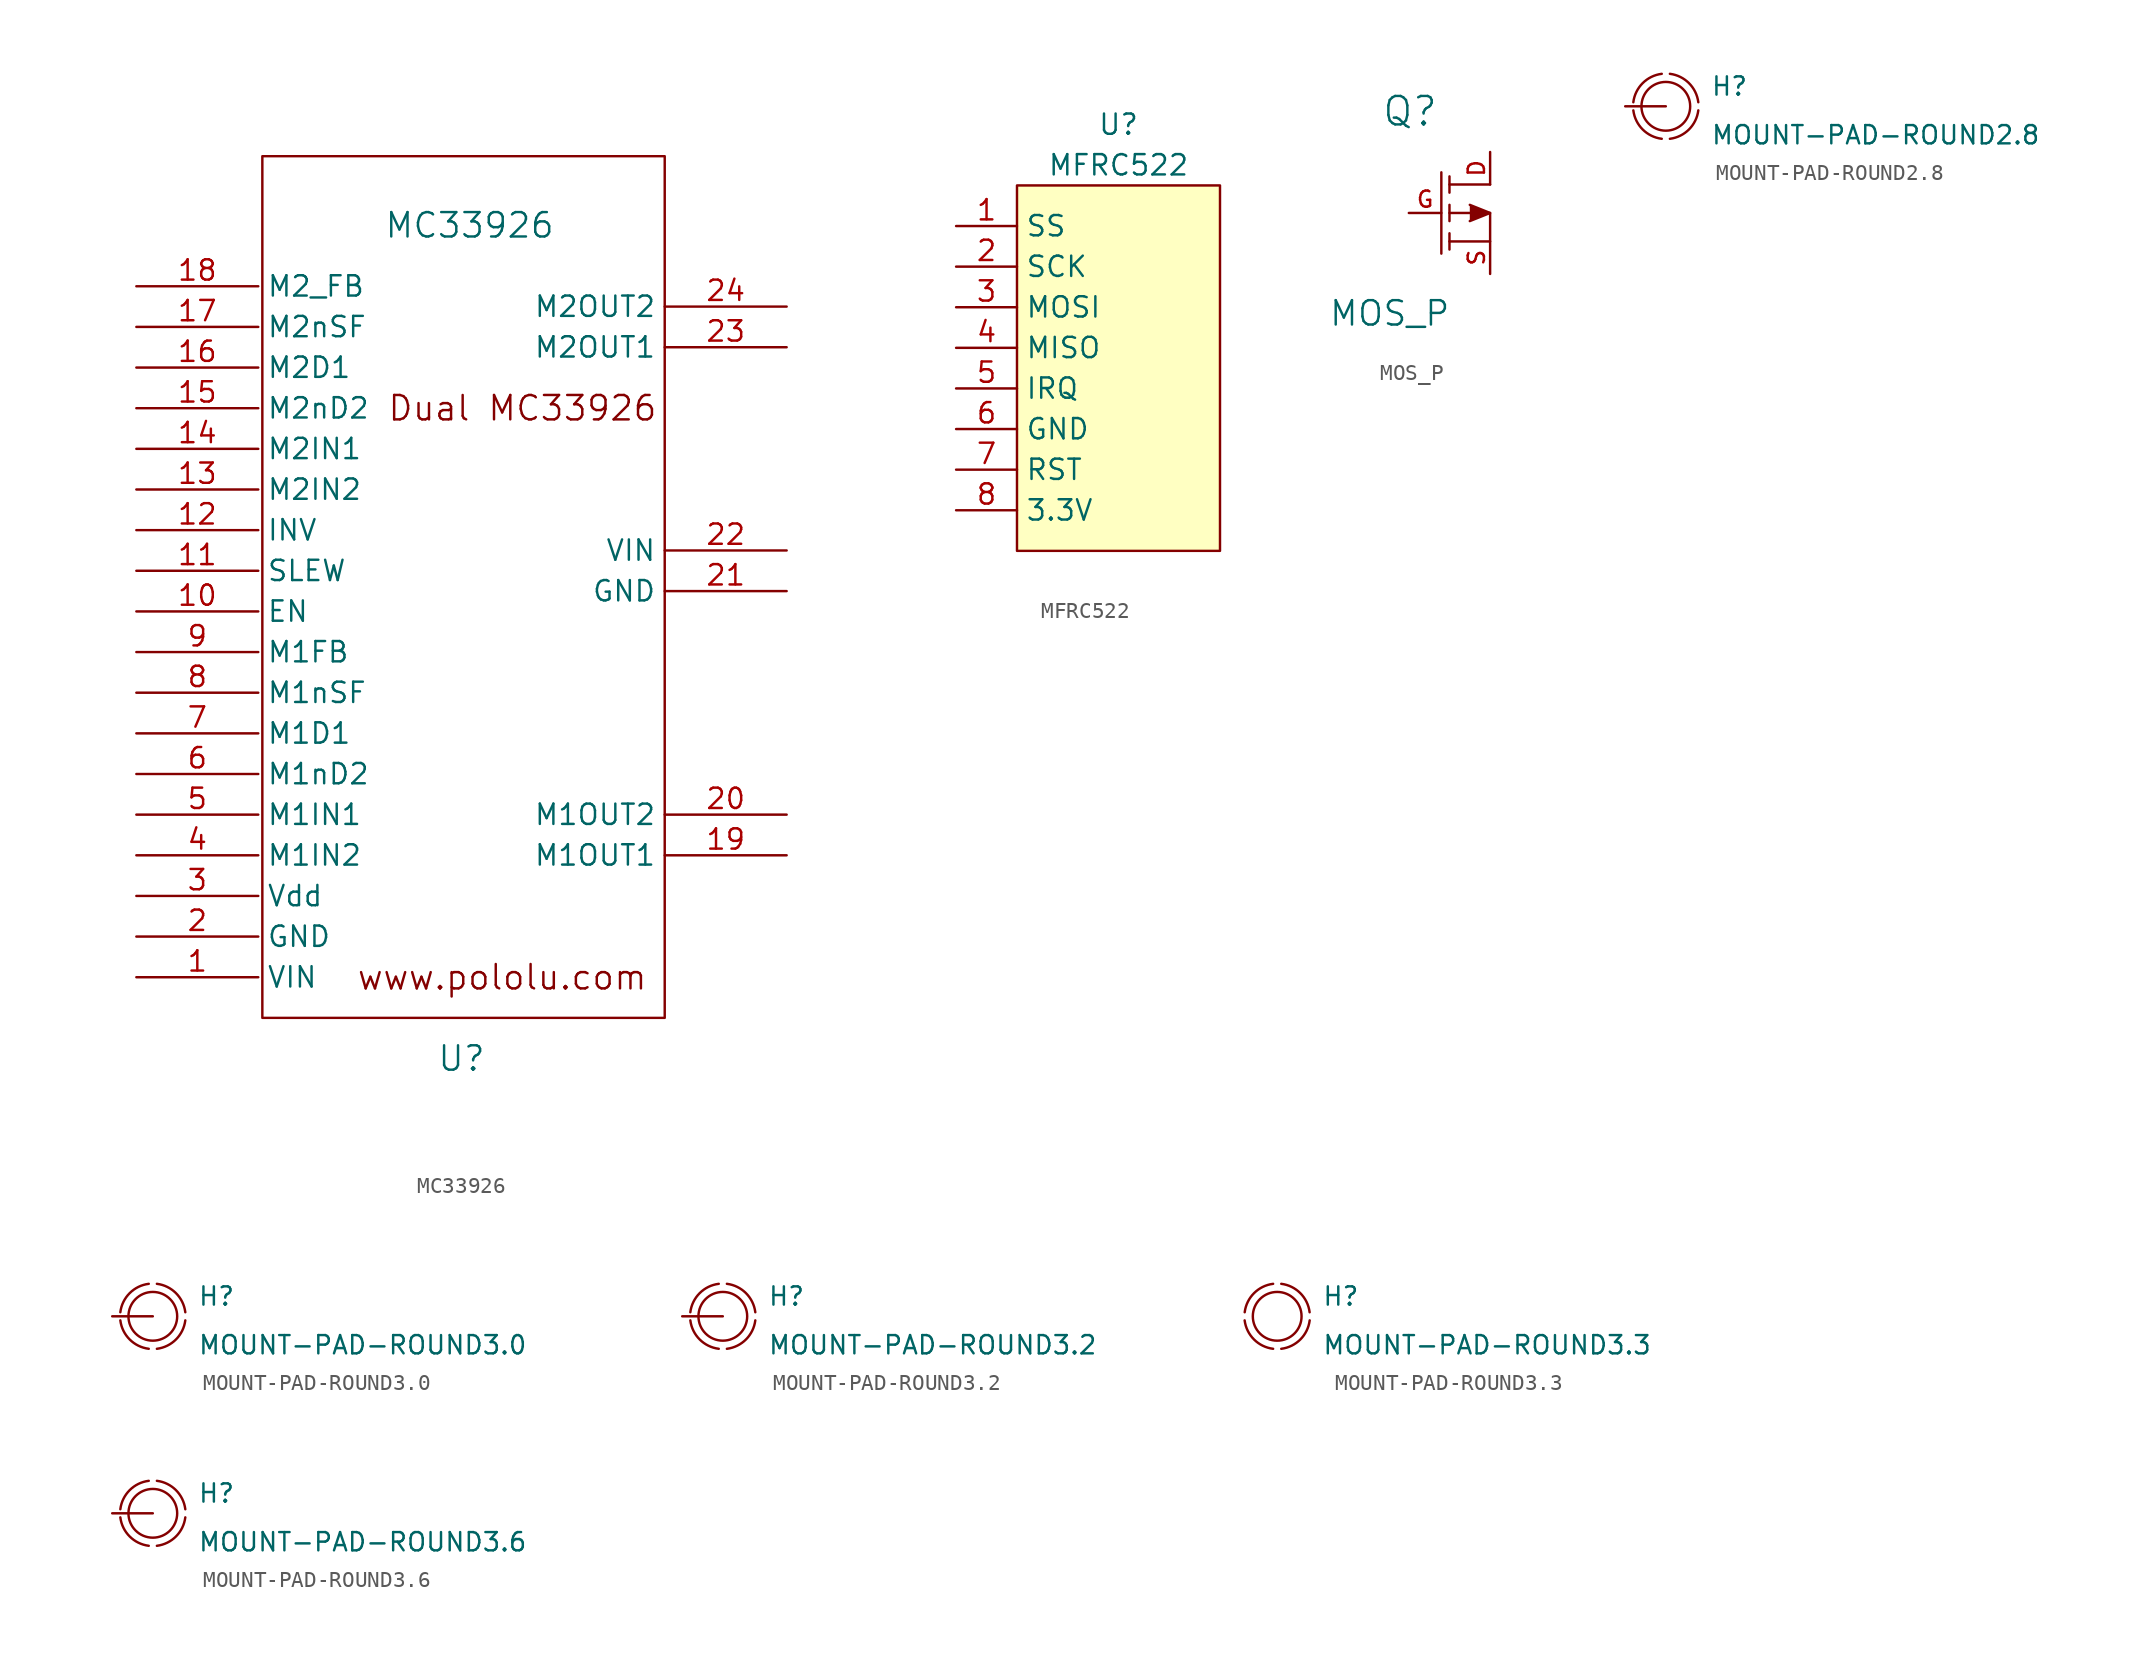
<source format=kicad_sym>
(kicad_symbol_lib
  (version 20201005)
  (generator kicad_symbol_editor)
  (symbol "Zimprich_neu:MC33926"
    (property "Reference" "U"
      (at -1.27 -24.13 0)
      (effects (font (size 1.524 1.524))))
    (property "Value" "MC33926"
      (at -0.762 27.94 0)
      (effects (font (size 1.524 1.524))))
    (property "Footprint" ""
      (at 3.81 1.27 0)
      (effects (font (size 1.524 1.524))))
    (property "Datasheet" ""
      (at 3.81 1.27 0)
      (effects (font (size 1.524 1.524))))
    (symbol "MC33926_0_0"
      (text "Dual MC33926" (at 2.54 16.51 0) (effects (font (size 1.524 1.524))))
      (text "www.pololu.com" (at 1.27 -19.05 0) (effects (font (size 1.524 1.524)))))
    (symbol "MC33926_0_1"
      (rectangle (start -13.716 32.258) (end 11.43 -21.59) (stroke (width 0)) (fill (type none))))
    (symbol "MC33926_1_1"
      (pin input line (at -21.59 -19.05 0) (length 7.62) (name "VIN" (effects (font (size 1.27 1.27)))) (number "1" (effects (font (size 1.27 1.27)))))
      (pin input line (at -21.59 3.81 0) (length 7.62) (name "EN" (effects (font (size 1.27 1.27)))) (number "10" (effects (font (size 1.27 1.27)))))
      (pin input line (at -21.59 6.35 0) (length 7.62) (name "SLEW" (effects (font (size 1.27 1.27)))) (number "11" (effects (font (size 1.27 1.27)))))
      (pin input line (at -21.59 8.89 0) (length 7.62) (name "INV" (effects (font (size 1.27 1.27)))) (number "12" (effects (font (size 1.27 1.27)))))
      (pin input line (at -21.59 11.43 0) (length 7.62) (name "M2IN2" (effects (font (size 1.27 1.27)))) (number "13" (effects (font (size 1.27 1.27)))))
      (pin input line (at -21.59 13.97 0) (length 7.62) (name "M2IN1" (effects (font (size 1.27 1.27)))) (number "14" (effects (font (size 1.27 1.27)))))
      (pin input line (at -21.59 16.51 0) (length 7.62) (name "M2nD2" (effects (font (size 1.27 1.27)))) (number "15" (effects (font (size 1.27 1.27)))))
      (pin input line (at -21.59 19.05 0) (length 7.62) (name "M2D1" (effects (font (size 1.27 1.27)))) (number "16" (effects (font (size 1.27 1.27)))))
      (pin input line (at -21.59 21.59 0) (length 7.62) (name "M2nSF" (effects (font (size 1.27 1.27)))) (number "17" (effects (font (size 1.27 1.27)))))
      (pin input line (at -21.59 24.13 0) (length 7.62) (name "M2_FB" (effects (font (size 1.27 1.27)))) (number "18" (effects (font (size 1.27 1.27)))))
      (pin input line (at 19.05 -11.43 180) (length 7.62) (name "M1OUT1" (effects (font (size 1.27 1.27)))) (number "19" (effects (font (size 1.27 1.27)))))
      (pin input line (at -21.59 -16.51 0) (length 7.62) (name "GND" (effects (font (size 1.27 1.27)))) (number "2" (effects (font (size 1.27 1.27)))))
      (pin input line (at 19.05 -8.89 180) (length 7.62) (name "M1OUT2" (effects (font (size 1.27 1.27)))) (number "20" (effects (font (size 1.27 1.27)))))
      (pin input line (at 19.05 5.08 180) (length 7.62) (name "GND" (effects (font (size 1.27 1.27)))) (number "21" (effects (font (size 1.27 1.27)))))
      (pin input line (at 19.05 7.62 180) (length 7.62) (name "VIN" (effects (font (size 1.27 1.27)))) (number "22" (effects (font (size 1.27 1.27)))))
      (pin input line (at 19.05 20.32 180) (length 7.62) (name "M2OUT1" (effects (font (size 1.27 1.27)))) (number "23" (effects (font (size 1.27 1.27)))))
      (pin input line (at 19.05 22.86 180) (length 7.62) (name "M2OUT2" (effects (font (size 1.27 1.27)))) (number "24" (effects (font (size 1.27 1.27)))))
      (pin input line (at -21.59 -13.97 0) (length 7.62) (name "Vdd" (effects (font (size 1.27 1.27)))) (number "3" (effects (font (size 1.27 1.27)))))
      (pin input line (at -21.59 -11.43 0) (length 7.62) (name "M1IN2" (effects (font (size 1.27 1.27)))) (number "4" (effects (font (size 1.27 1.27)))))
      (pin input line (at -21.59 -8.89 0) (length 7.62) (name "M1IN1" (effects (font (size 1.27 1.27)))) (number "5" (effects (font (size 1.27 1.27)))))
      (pin input line (at -21.59 -6.35 0) (length 7.62) (name "M1nD2" (effects (font (size 1.27 1.27)))) (number "6" (effects (font (size 1.27 1.27)))))
      (pin input line (at -21.59 -3.81 0) (length 7.62) (name "M1D1" (effects (font (size 1.27 1.27)))) (number "7" (effects (font (size 1.27 1.27)))))
      (pin input line (at -21.59 -1.27 0) (length 7.62) (name "M1nSF" (effects (font (size 1.27 1.27)))) (number "8" (effects (font (size 1.27 1.27)))))
      (pin input line (at -21.59 1.27 0) (length 7.62) (name "M1FB" (effects (font (size 1.27 1.27)))) (number "9" (effects (font (size 1.27 1.27)))))))
  (symbol "Zimprich_neu:MFRC522"
    (property "Reference" "U"
      (at 0 15.24 0)
      (effects (font (size 1.27 1.27))))
    (property "Value" "MFRC522"
      (at 0 12.7 0)
      (effects (font (size 1.27 1.27))))
    (symbol "MFRC522_0_1"
      (rectangle (start -6.35 11.43) (end 6.35 -11.43) (stroke (width 0)) (fill (type background))))
    (symbol "MFRC522_1_1"
      (pin input line (at -10.16 8.89 0) (length 3.81) (name "SS" (effects (font (size 1.27 1.27)))) (number "1" (effects (font (size 1.27 1.27)))))
      (pin input line (at -10.16 6.35 0) (length 3.81) (name "SCK" (effects (font (size 1.27 1.27)))) (number "2" (effects (font (size 1.27 1.27)))))
      (pin input line (at -10.16 3.81 0) (length 3.81) (name "MOSI" (effects (font (size 1.27 1.27)))) (number "3" (effects (font (size 1.27 1.27)))))
      (pin input line (at -10.16 1.27 0) (length 3.81) (name "MISO" (effects (font (size 1.27 1.27)))) (number "4" (effects (font (size 1.27 1.27)))))
      (pin input line (at -10.16 -1.27 0) (length 3.81) (name "IRQ" (effects (font (size 1.27 1.27)))) (number "5" (effects (font (size 1.27 1.27)))))
      (pin input line (at -10.16 -3.81 0) (length 3.81) (name "GND" (effects (font (size 1.27 1.27)))) (number "6" (effects (font (size 1.27 1.27)))))
      (pin input line (at -10.16 -6.35 0) (length 3.81) (name "RST" (effects (font (size 1.27 1.27)))) (number "7" (effects (font (size 1.27 1.27)))))
      (pin input line (at -10.16 -8.89 0) (length 3.81) (name "3.3V" (effects (font (size 1.27 1.27)))) (number "8" (effects (font (size 1.27 1.27)))))))
  (symbol "Zimprich_neu:MOS_P"
    (pin_names
      (offset 0.762) hide)
    (property "Reference" "Q"
      (at -2.464 6.35 0)
      (effects (font (size 1.778 1.778))))
    (property "Value" "MOS_P"
      (at -3.734 -6.274 0)
      (effects (font (size 1.524 1.524))))
    (property "Footprint" ""
      (at 0 0 0)
      (effects (font (size 1.524 1.524))))
    (property "Datasheet" ""
      (at 0 0 0)
      (effects (font (size 1.524 1.524))))
    (symbol "MOS_P_0_1"
      (polyline (pts (xy -0.508 2.54) (xy -0.508 -2.54) (xy -0.508 -2.54)) (stroke (width 0)) (fill (type outline)))
      (polyline (pts (xy 0 -2.286) (xy 0 -1.27) (xy 0 -1.27)) (stroke (width 0)) (fill (type outline)))
      (polyline (pts (xy 0 -0.508) (xy 0 0.508) (xy 0 0.508)) (stroke (width 0)) (fill (type outline)))
      (polyline (pts (xy 0 1.27) (xy 0 2.286) (xy 0 2.286)) (stroke (width 0)) (fill (type outline)))
      (polyline (pts (xy 0 1.778) (xy 2.54 1.778) (xy 2.54 1.778)) (stroke (width 0)) (fill (type none)))
      (polyline (pts (xy 1.27 0.508) (xy 2.54 0) (xy 1.27 -0.508) (xy 1.27 -0.508)) (stroke (width 0)) (fill (type outline)))
      (polyline (pts (xy 0 -1.778) (xy 2.54 -1.778) (xy 2.54 0) (xy 0 0) (xy 0 0)) (stroke (width 0)) (fill (type none))))
    (symbol "MOS_P_1_1"
      (pin passive line (at 2.54 3.81 270) (length 2.032) (name "D" (effects (font (size 1.016 1.016)))) (number "D" (effects (font (size 1.016 1.016)))))
      (pin input line (at -2.54 0 0) (length 2.032) (name "G" (effects (font (size 1.016 1.016)))) (number "G" (effects (font (size 1.016 1.016)))))
      (pin passive line (at 2.54 -3.81 90) (length 2.032) (name "S" (effects (font (size 1.016 1.016)))) (number "S" (effects (font (size 1.016 1.016)))))))
  (symbol "Zimprich_neu:MOUNT-PAD-ROUND2.8"
    (pin_numbers hide)
    (pin_names hide)
    (property "Reference" "H"
      (at 2.794 0.584 0)
      (effects (font (size 1.143 1.143)) (justify left bottom)))
    (property "Value" "MOUNT-PAD-ROUND2.8"
      (at 2.794 -2.464 0)
      (effects (font (size 1.143 1.143)) (justify left bottom)))
    (property "ki_locked" ""
      (at 0 0 0)
      (effects (font (size 1.27 1.27))))
    (symbol "MOUNT-PAD-ROUND2.8_1_1"
      (arc (start 2.032 0.254) (end 0.254 2.032) (radius (at 0 0) (length 2.032) (angles 7.3 82.8)) (stroke (width 0)) (fill (type none)))
      (arc (start -0.254 2.032) (end -2.032 0.254) (radius (at 0 0) (length 2.032) (angles 97.3 172.8)) (stroke (width 0)) (fill (type none)))
      (arc (start -2.032 -0.254) (end -0.254 -2.032) (radius (at 0 0) (length 2.032) (angles -172.7 -97.2)) (stroke (width 0)) (fill (type none)))
      (arc (start 0.254 -2.032) (end 2.032 -0.254) (radius (at 0 0) (length 2.032) (angles -82.7 -7.2)) (stroke (width 0)) (fill (type none)))
      (circle (center 0 0) (radius 1.524) (stroke (width 0)) (fill (type none)))
      (pin passive line (at -2.54 0 0) (length 2.54) (name "MOUNT" (effects (font (size 1.016 1.016)))) (number "B2,8" (effects (font (size 1.016 1.016)))))))
  (symbol "Zimprich_neu:MOUNT-PAD-ROUND3.0"
    (pin_numbers hide)
    (pin_names hide)
    (property "Reference" "H"
      (at 2.794 0.584 0)
      (effects (font (size 1.143 1.143)) (justify left bottom)))
    (property "Value" "MOUNT-PAD-ROUND3.0"
      (at 2.794 -2.464 0)
      (effects (font (size 1.143 1.143)) (justify left bottom)))
    (property "ki_locked" ""
      (at 0 0 0)
      (effects (font (size 1.27 1.27))))
    (symbol "MOUNT-PAD-ROUND3.0_1_1"
      (arc (start 2.032 0.254) (end 0.254 2.032) (radius (at 0 0) (length 2.032) (angles 7.3 82.8)) (stroke (width 0)) (fill (type none)))
      (arc (start -0.254 2.032) (end -2.032 0.254) (radius (at 0 0) (length 2.032) (angles 97.3 172.8)) (stroke (width 0)) (fill (type none)))
      (arc (start -2.032 -0.254) (end -0.254 -2.032) (radius (at 0 0) (length 2.032) (angles -172.7 -97.2)) (stroke (width 0)) (fill (type none)))
      (arc (start 0.254 -2.032) (end 2.032 -0.254) (radius (at 0 0) (length 2.032) (angles -82.7 -7.2)) (stroke (width 0)) (fill (type none)))
      (circle (center 0 0) (radius 1.524) (stroke (width 0)) (fill (type none)))
      (pin passive line (at -2.54 0 0) (length 2.54) (name "MOUNT" (effects (font (size 1.016 1.016)))) (number "B3,0" (effects (font (size 1.016 1.016)))))))
  (symbol "Zimprich_neu:MOUNT-PAD-ROUND3.2"
    (pin_numbers hide)
    (pin_names hide)
    (property "Reference" "H"
      (at 2.794 0.584 0)
      (effects (font (size 1.143 1.143)) (justify left bottom)))
    (property "Value" "MOUNT-PAD-ROUND3.2"
      (at 2.794 -2.464 0)
      (effects (font (size 1.143 1.143)) (justify left bottom)))
    (property "ki_locked" ""
      (at 0 0 0)
      (effects (font (size 1.27 1.27))))
    (symbol "MOUNT-PAD-ROUND3.2_1_1"
      (arc (start 2.032 0.254) (end 0.254 2.032) (radius (at 0 0) (length 2.032) (angles 7.3 82.8)) (stroke (width 0)) (fill (type none)))
      (arc (start -0.254 2.032) (end -2.032 0.254) (radius (at 0 0) (length 2.032) (angles 97.3 172.8)) (stroke (width 0)) (fill (type none)))
      (arc (start -2.032 -0.254) (end -0.254 -2.032) (radius (at 0 0) (length 2.032) (angles -172.7 -97.2)) (stroke (width 0)) (fill (type none)))
      (arc (start 0.254 -2.032) (end 2.032 -0.254) (radius (at 0 0) (length 2.032) (angles -82.7 -7.2)) (stroke (width 0)) (fill (type none)))
      (circle (center 0 0) (radius 1.524) (stroke (width 0)) (fill (type none)))
      (pin passive line (at -2.54 0 0) (length 2.54) (name "MOUNT" (effects (font (size 1.016 1.016)))) (number "B3,2" (effects (font (size 1.016 1.016)))))))
  (symbol "Zimprich_neu:MOUNT-PAD-ROUND3.3"
    (pin_numbers hide)
    (pin_names hide)
    (property "Reference" "H"
      (at 2.794 0.584 0)
      (effects (font (size 1.143 1.143)) (justify left bottom)))
    (property "Value" "MOUNT-PAD-ROUND3.3"
      (at 2.794 -2.464 0)
      (effects (font (size 1.143 1.143)) (justify left bottom)))
    (property "ki_locked" ""
      (at 0 0 0)
      (effects (font (size 1.27 1.27))))
    (symbol "MOUNT-PAD-ROUND3.3_1_1"
      (arc (start 2.032 0.254) (end 0.254 2.032) (radius (at 0 0) (length 2.032) (angles 7.3 82.8)) (stroke (width 0)) (fill (type none)))
      (arc (start -0.254 2.032) (end -2.032 0.254) (radius (at 0 0) (length 2.032) (angles 97.3 172.8)) (stroke (width 0)) (fill (type none)))
      (arc (start -2.032 -0.254) (end -0.254 -2.032) (radius (at 0 0) (length 2.032) (angles -172.7 -97.2)) (stroke (width 0)) (fill (type none)))
      (arc (start 0.254 -2.032) (end 2.032 -0.254) (radius (at 0 0) (length 2.032) (angles -82.7 -7.2)) (stroke (width 0)) (fill (type none)))
      (circle (center 0 0) (radius 1.524) (stroke (width 0)) (fill (type none)))))
  (symbol "Zimprich_neu:MOUNT-PAD-ROUND3.6"
    (pin_numbers hide)
    (pin_names hide)
    (property "Reference" "H"
      (at 2.794 0.584 0)
      (effects (font (size 1.143 1.143)) (justify left bottom)))
    (property "Value" "MOUNT-PAD-ROUND3.6"
      (at 2.794 -2.464 0)
      (effects (font (size 1.143 1.143)) (justify left bottom)))
    (property "ki_locked" ""
      (at 0 0 0)
      (effects (font (size 1.27 1.27))))
    (symbol "MOUNT-PAD-ROUND3.6_1_1"
      (arc (start 2.032 0.254) (end 0.254 2.032) (radius (at 0 0) (length 2.032) (angles 7.3 82.8)) (stroke (width 0)) (fill (type none)))
      (arc (start -0.254 2.032) (end -2.032 0.254) (radius (at 0 0) (length 2.032) (angles 97.3 172.8)) (stroke (width 0)) (fill (type none)))
      (arc (start -2.032 -0.254) (end -0.254 -2.032) (radius (at 0 0) (length 2.032) (angles -172.7 -97.2)) (stroke (width 0)) (fill (type none)))
      (arc (start 0.254 -2.032) (end 2.032 -0.254) (radius (at 0 0) (length 2.032) (angles -82.7 -7.2)) (stroke (width 0)) (fill (type none)))
      (circle (center 0 0) (radius 1.524) (stroke (width 0)) (fill (type none)))
      (pin passive line (at -2.54 0 0) (length 2.54) (name "MOUNT" (effects (font (size 1.016 1.016)))) (number "B3,6" (effects (font (size 1.016 1.016))))))))
</source>
